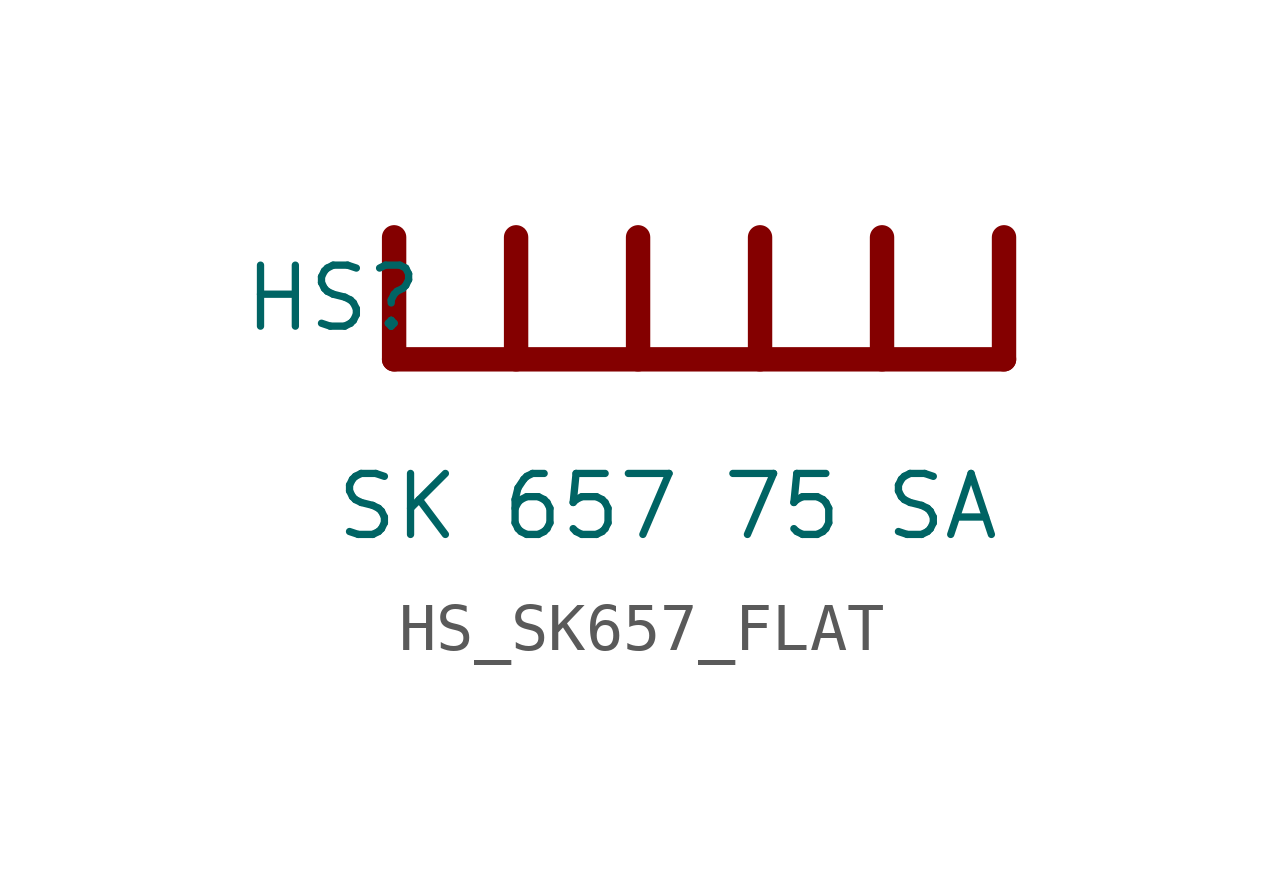
<source format=kicad_sym>
(kicad_symbol_lib
  (version 20231120)
  (generator "kicad_symbol_editor")
  (generator_version "8.0")
  (symbol "HS_SK657_FLAT"
    (property "Reference" "HS"
      (at -1.27 1.27 0)
      (effects (font (size 1.27 1.27))))
    (property "Value" "SK 657 75 SA"
      (at -1.27 -3.81 0)
      (effects (font (size 1.27 1.27)) (justify left bottom)))
    (symbol "HS_SK657_FLAT_1_0"
      (polyline (pts (xy 0 0) (xy 0 2.54)) (stroke (width 0.508) (type solid)) (fill (type none)))
      (polyline (pts (xy 0 0) (xy 12.7 0)) (stroke (width 0.508) (type solid)) (fill (type none)))
      (polyline (pts (xy 2.54 0) (xy 2.54 2.54)) (stroke (width 0.508) (type solid)) (fill (type none)))
      (polyline (pts (xy 5.08 0) (xy 5.08 2.54)) (stroke (width 0.508) (type solid)) (fill (type none)))
      (polyline (pts (xy 7.62 0) (xy 7.62 2.54)) (stroke (width 0.508) (type solid)) (fill (type none)))
      (polyline (pts (xy 10.16 0) (xy 10.16 2.54)) (stroke (width 0.508) (type solid)) (fill (type none)))
      (polyline (pts (xy 12.7 0) (xy 12.7 2.54)) (stroke (width 0.508) (type solid)) (fill (type none))))))
</source>
